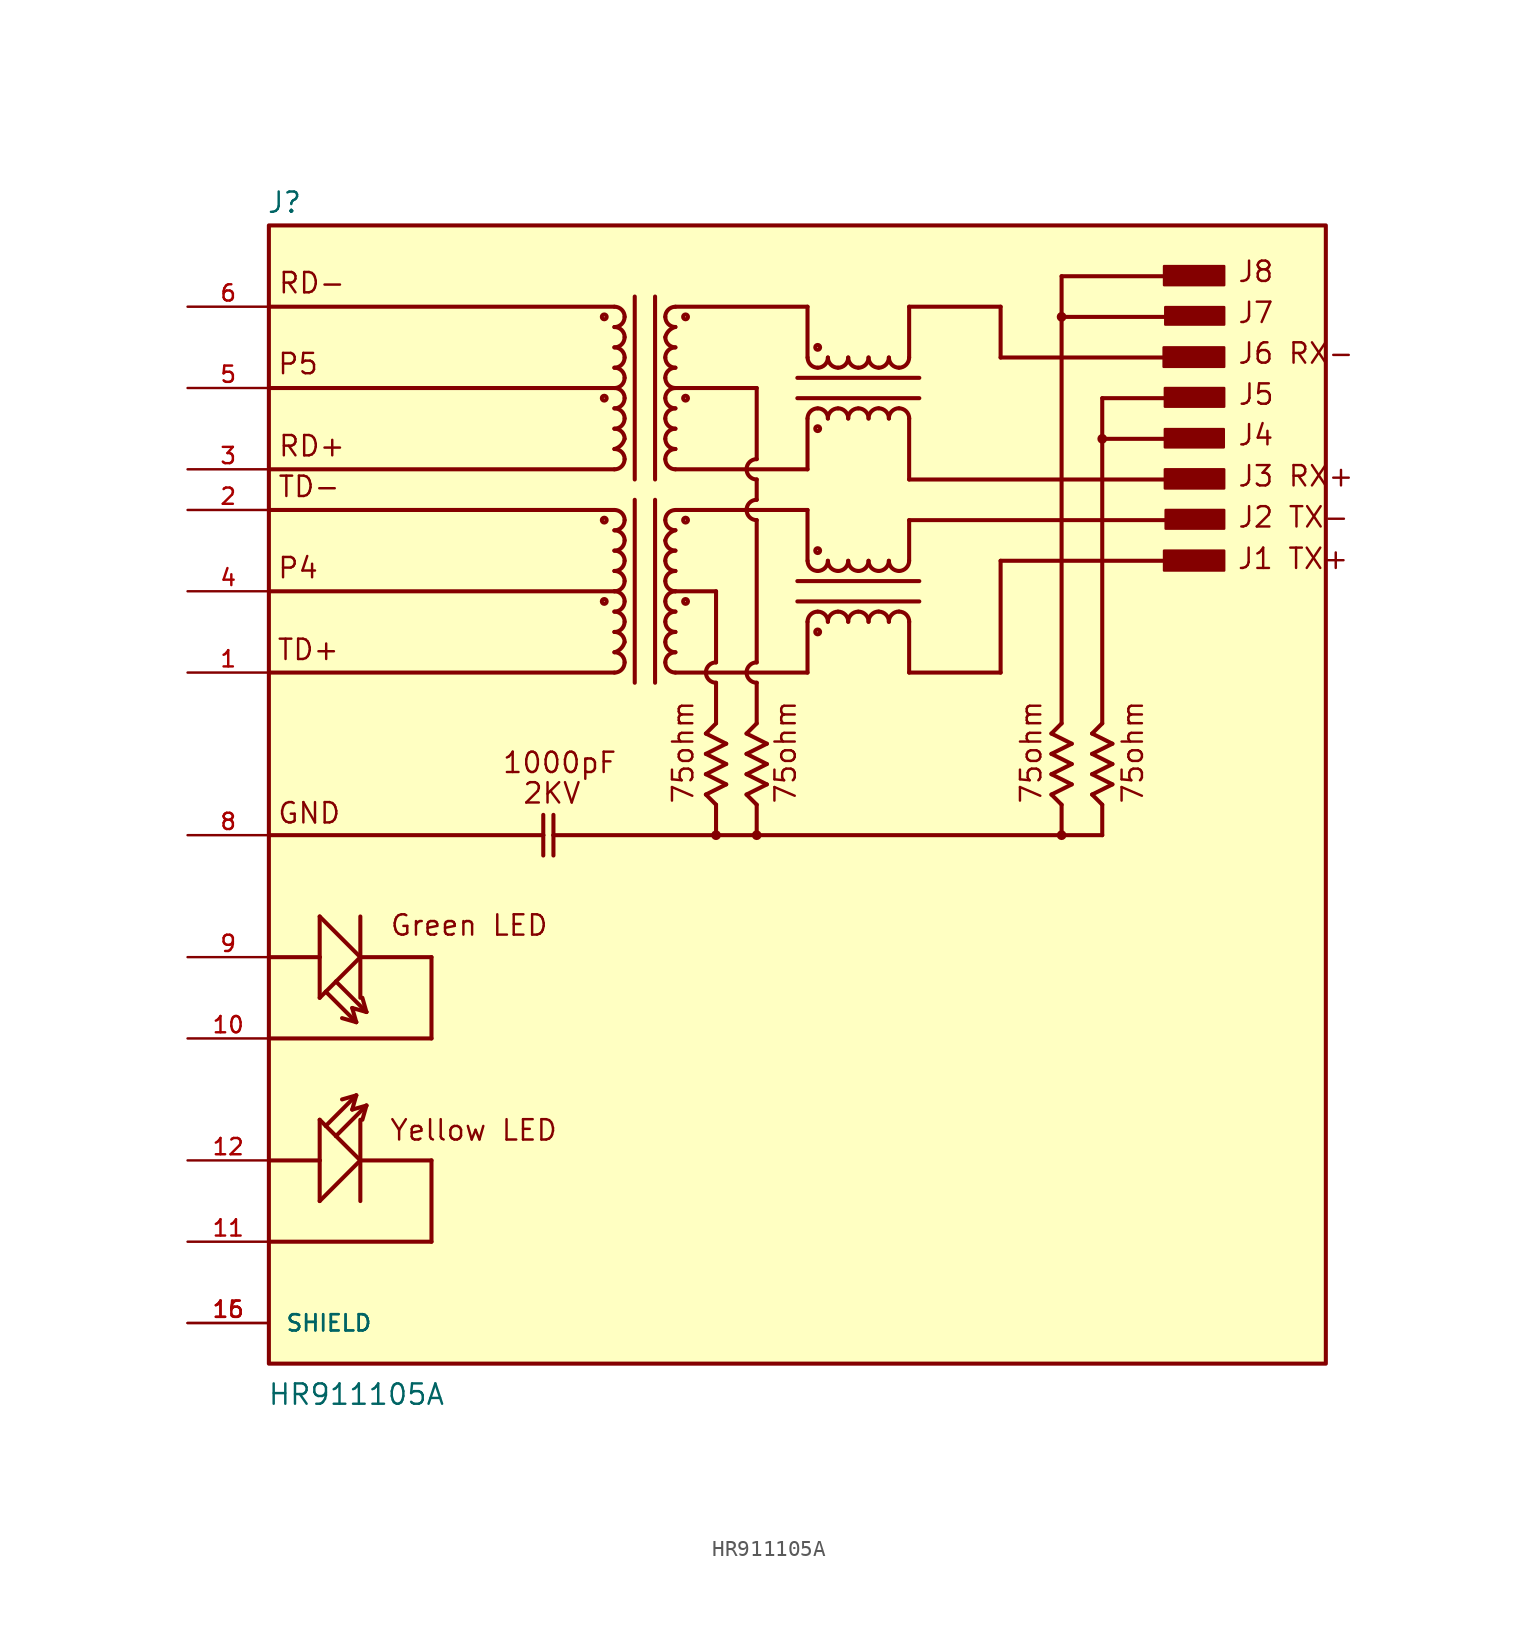
<source format=kicad_sym>
(kicad_symbol_lib
  (version 20211014)
  (generator kicad_symbol_editor)
  (symbol "HR911105A"
    (pin_names
      (offset 1.016))
    (property "Reference" "J"
      (at -33.172 36.246 0)
      (effects (font (size 1.27 1.27)) (justify left bottom)))
    (property "Value" "HR911105A"
      (at -33.122 -38.227 0)
      (effects (font (size 1.27 1.27)) (justify left bottom)))
    (symbol "HR911105A_0_0"
      (rectangle (start -33.02 -35.56) (end 33.02 35.56) (stroke (width 0.254) (type default) (color 0 0 0 0)) (fill (type background)))
      (circle (center -12.065 12.065) (radius 0.152) (stroke (width 0.254) (type default) (color 0 0 0 0)) (fill (type none)))
      (circle (center -12.065 17.145) (radius 0.152) (stroke (width 0.254) (type default) (color 0 0 0 0)) (fill (type none)))
      (circle (center -12.065 24.765) (radius 0.152) (stroke (width 0.254) (type default) (color 0 0 0 0)) (fill (type none)))
      (circle (center -12.065 29.845) (radius 0.152) (stroke (width 0.254) (type default) (color 0 0 0 0)) (fill (type none)))
      (arc (start -11.43 7.62) (mid -10.981 7.806) (end -10.795 8.255) (stroke (width 0.254) (type default) (color 0 0 0 0)) (fill (type none)))
      (arc (start -11.43 8.89) (mid -11.0269 9.1219) (end -10.795 9.525) (stroke (width 0.254) (type default) (color 0 0 0 0)) (fill (type none)))
      (arc (start -11.43 10.16) (mid -10.981 10.346) (end -10.795 10.795) (stroke (width 0.254) (type default) (color 0 0 0 0)) (fill (type none)))
      (arc (start -11.43 11.43) (mid -10.981 11.616) (end -10.795 12.065) (stroke (width 0.254) (type default) (color 0 0 0 0)) (fill (type none)))
      (arc (start -11.43 12.7) (mid -10.981 12.886) (end -10.795 13.335) (stroke (width 0.254) (type default) (color 0 0 0 0)) (fill (type none)))
      (arc (start -11.43 13.97) (mid -10.981 14.156) (end -10.795 14.605) (stroke (width 0.254) (type default) (color 0 0 0 0)) (fill (type none)))
      (arc (start -11.43 15.24) (mid -10.981 15.426) (end -10.795 15.875) (stroke (width 0.254) (type default) (color 0 0 0 0)) (fill (type none)))
      (arc (start -11.43 16.51) (mid -10.981 16.696) (end -10.795 17.145) (stroke (width 0.254) (type default) (color 0 0 0 0)) (fill (type none)))
      (arc (start -11.43 20.32) (mid -10.981 20.506) (end -10.795 20.955) (stroke (width 0.254) (type default) (color 0 0 0 0)) (fill (type none)))
      (arc (start -11.43 21.59) (mid -11.0269 21.8219) (end -10.795 22.225) (stroke (width 0.254) (type default) (color 0 0 0 0)) (fill (type none)))
      (arc (start -11.43 22.86) (mid -10.981 23.046) (end -10.795 23.495) (stroke (width 0.254) (type default) (color 0 0 0 0)) (fill (type none)))
      (arc (start -11.43 24.13) (mid -10.981 24.316) (end -10.795 24.765) (stroke (width 0.254) (type default) (color 0 0 0 0)) (fill (type none)))
      (arc (start -11.43 25.4) (mid -10.981 25.586) (end -10.795 26.035) (stroke (width 0.254) (type default) (color 0 0 0 0)) (fill (type none)))
      (arc (start -11.43 26.67) (mid -10.981 26.856) (end -10.795 27.305) (stroke (width 0.254) (type default) (color 0 0 0 0)) (fill (type none)))
      (arc (start -11.43 27.94) (mid -10.981 28.126) (end -10.795 28.575) (stroke (width 0.254) (type default) (color 0 0 0 0)) (fill (type none)))
      (arc (start -11.43 29.21) (mid -10.981 29.396) (end -10.795 29.845) (stroke (width 0.254) (type default) (color 0 0 0 0)) (fill (type none)))
      (arc (start -10.795 8.255) (mid -10.981 8.704) (end -11.43 8.89) (stroke (width 0.254) (type default) (color 0 0 0 0)) (fill (type none)))
      (arc (start -10.795 9.525) (mid -10.981 9.974) (end -11.43 10.16) (stroke (width 0.254) (type default) (color 0 0 0 0)) (fill (type none)))
      (arc (start -10.795 10.795) (mid -10.981 11.244) (end -11.43 11.43) (stroke (width 0.254) (type default) (color 0 0 0 0)) (fill (type none)))
      (arc (start -10.795 12.065) (mid -10.981 12.514) (end -11.43 12.7) (stroke (width 0.254) (type default) (color 0 0 0 0)) (fill (type none)))
      (arc (start -10.795 13.335) (mid -10.981 13.784) (end -11.43 13.97) (stroke (width 0.254) (type default) (color 0 0 0 0)) (fill (type none)))
      (arc (start -10.795 14.605) (mid -10.981 15.054) (end -11.43 15.24) (stroke (width 0.254) (type default) (color 0 0 0 0)) (fill (type none)))
      (arc (start -10.795 15.875) (mid -10.981 16.324) (end -11.43 16.51) (stroke (width 0.254) (type default) (color 0 0 0 0)) (fill (type none)))
      (arc (start -10.795 17.145) (mid -10.981 17.594) (end -11.43 17.78) (stroke (width 0.254) (type default) (color 0 0 0 0)) (fill (type none)))
      (arc (start -10.795 20.955) (mid -10.981 21.404) (end -11.43 21.59) (stroke (width 0.254) (type default) (color 0 0 0 0)) (fill (type none)))
      (arc (start -10.795 22.225) (mid -10.981 22.674) (end -11.43 22.86) (stroke (width 0.254) (type default) (color 0 0 0 0)) (fill (type none)))
      (arc (start -10.795 23.495) (mid -10.981 23.944) (end -11.43 24.13) (stroke (width 0.254) (type default) (color 0 0 0 0)) (fill (type none)))
      (arc (start -10.795 24.765) (mid -10.981 25.214) (end -11.43 25.4) (stroke (width 0.254) (type default) (color 0 0 0 0)) (fill (type none)))
      (arc (start -10.795 26.035) (mid -10.981 26.484) (end -11.43 26.67) (stroke (width 0.254) (type default) (color 0 0 0 0)) (fill (type none)))
      (arc (start -10.795 27.305) (mid -10.981 27.754) (end -11.43 27.94) (stroke (width 0.254) (type default) (color 0 0 0 0)) (fill (type none)))
      (arc (start -10.795 28.575) (mid -10.981 29.024) (end -11.43 29.21) (stroke (width 0.254) (type default) (color 0 0 0 0)) (fill (type none)))
      (arc (start -10.795 29.845) (mid -10.981 30.294) (end -11.43 30.48) (stroke (width 0.254) (type default) (color 0 0 0 0)) (fill (type none)))
      (arc (start -8.255 8.255) (mid -8.069 7.806) (end -7.62 7.62) (stroke (width 0.254) (type default) (color 0 0 0 0)) (fill (type none)))
      (arc (start -8.255 9.525) (mid -8.069 9.076) (end -7.62 8.89) (stroke (width 0.254) (type default) (color 0 0 0 0)) (fill (type none)))
      (arc (start -8.255 10.795) (mid -8.069 10.346) (end -7.62 10.16) (stroke (width 0.254) (type default) (color 0 0 0 0)) (fill (type none)))
      (arc (start -8.255 12.065) (mid -8.069 11.616) (end -7.62 11.43) (stroke (width 0.254) (type default) (color 0 0 0 0)) (fill (type none)))
      (arc (start -8.255 13.335) (mid -8.069 12.886) (end -7.62 12.7) (stroke (width 0.254) (type default) (color 0 0 0 0)) (fill (type none)))
      (arc (start -8.255 14.605) (mid -8.069 14.156) (end -7.62 13.97) (stroke (width 0.254) (type default) (color 0 0 0 0)) (fill (type none)))
      (arc (start -8.255 15.875) (mid -8.069 15.426) (end -7.62 15.24) (stroke (width 0.254) (type default) (color 0 0 0 0)) (fill (type none)))
      (arc (start -8.255 17.145) (mid -8.069 16.696) (end -7.62 16.51) (stroke (width 0.254) (type default) (color 0 0 0 0)) (fill (type none)))
      (arc (start -8.255 20.955) (mid -8.069 20.506) (end -7.62 20.32) (stroke (width 0.254) (type default) (color 0 0 0 0)) (fill (type none)))
      (arc (start -8.255 22.225) (mid -8.069 21.776) (end -7.62 21.59) (stroke (width 0.254) (type default) (color 0 0 0 0)) (fill (type none)))
      (arc (start -8.255 23.495) (mid -8.069 23.046) (end -7.62 22.86) (stroke (width 0.254) (type default) (color 0 0 0 0)) (fill (type none)))
      (arc (start -8.255 24.765) (mid -8.069 24.316) (end -7.62 24.13) (stroke (width 0.254) (type default) (color 0 0 0 0)) (fill (type none)))
      (arc (start -8.255 26.035) (mid -8.069 25.586) (end -7.62 25.4) (stroke (width 0.254) (type default) (color 0 0 0 0)) (fill (type none)))
      (arc (start -8.255 27.305) (mid -8.069 26.856) (end -7.62 26.67) (stroke (width 0.254) (type default) (color 0 0 0 0)) (fill (type none)))
      (arc (start -8.255 28.575) (mid -8.069 28.126) (end -7.62 27.94) (stroke (width 0.254) (type default) (color 0 0 0 0)) (fill (type none)))
      (arc (start -8.255 29.845) (mid -8.069 29.396) (end -7.62 29.21) (stroke (width 0.254) (type default) (color 0 0 0 0)) (fill (type none)))
      (arc (start -7.62 8.89) (mid -8.069 8.704) (end -8.255 8.255) (stroke (width 0.254) (type default) (color 0 0 0 0)) (fill (type none)))
      (arc (start -7.62 10.16) (mid -8.069 9.974) (end -8.255 9.525) (stroke (width 0.254) (type default) (color 0 0 0 0)) (fill (type none)))
      (arc (start -7.62 11.43) (mid -8.069 11.244) (end -8.255 10.795) (stroke (width 0.254) (type default) (color 0 0 0 0)) (fill (type none)))
      (arc (start -7.62 12.7) (mid -8.069 12.514) (end -8.255 12.065) (stroke (width 0.254) (type default) (color 0 0 0 0)) (fill (type none)))
      (arc (start -7.62 13.97) (mid -8.069 13.784) (end -8.255 13.335) (stroke (width 0.254) (type default) (color 0 0 0 0)) (fill (type none)))
      (arc (start -7.62 15.24) (mid -8.069 15.054) (end -8.255 14.605) (stroke (width 0.254) (type default) (color 0 0 0 0)) (fill (type none)))
      (arc (start -7.62 16.51) (mid -8.0231 16.2781) (end -8.255 15.875) (stroke (width 0.254) (type default) (color 0 0 0 0)) (fill (type none)))
      (arc (start -7.62 17.78) (mid -8.069 17.594) (end -8.255 17.145) (stroke (width 0.254) (type default) (color 0 0 0 0)) (fill (type none)))
      (arc (start -7.62 21.59) (mid -8.069 21.404) (end -8.255 20.955) (stroke (width 0.254) (type default) (color 0 0 0 0)) (fill (type none)))
      (arc (start -7.62 22.86) (mid -8.069 22.674) (end -8.255 22.225) (stroke (width 0.254) (type default) (color 0 0 0 0)) (fill (type none)))
      (arc (start -7.62 24.13) (mid -8.069 23.944) (end -8.255 23.495) (stroke (width 0.254) (type default) (color 0 0 0 0)) (fill (type none)))
      (arc (start -7.62 25.4) (mid -8.069 25.214) (end -8.255 24.765) (stroke (width 0.254) (type default) (color 0 0 0 0)) (fill (type none)))
      (arc (start -7.62 26.67) (mid -8.069 26.484) (end -8.255 26.035) (stroke (width 0.254) (type default) (color 0 0 0 0)) (fill (type none)))
      (arc (start -7.62 27.94) (mid -8.069 27.754) (end -8.255 27.305) (stroke (width 0.254) (type default) (color 0 0 0 0)) (fill (type none)))
      (arc (start -7.62 29.21) (mid -8.0231 28.9781) (end -8.255 28.575) (stroke (width 0.254) (type default) (color 0 0 0 0)) (fill (type none)))
      (arc (start -7.62 30.48) (mid -8.069 30.294) (end -8.255 29.845) (stroke (width 0.254) (type default) (color 0 0 0 0)) (fill (type none)))
      (circle (center -6.985 12.065) (radius 0.152) (stroke (width 0.254) (type default) (color 0 0 0 0)) (fill (type none)))
      (circle (center -6.985 17.145) (radius 0.152) (stroke (width 0.254) (type default) (color 0 0 0 0)) (fill (type none)))
      (circle (center -6.985 24.765) (radius 0.152) (stroke (width 0.254) (type default) (color 0 0 0 0)) (fill (type none)))
      (circle (center -6.985 29.845) (radius 0.152) (stroke (width 0.254) (type default) (color 0 0 0 0)) (fill (type none)))
      (arc (start -5.715 7.62) (mid -5.529 7.171) (end -5.08 6.985) (stroke (width 0.254) (type default) (color 0 0 0 0)) (fill (type none)))
      (circle (center -5.08 -2.54) (radius 0.178) (stroke (width 0.254) (type default) (color 0 0 0 0)) (fill (type none)))
      (arc (start -5.08 8.255) (mid -5.529 8.069) (end -5.715 7.62) (stroke (width 0.254) (type default) (color 0 0 0 0)) (fill (type none)))
      (arc (start -3.175 7.62) (mid -2.989 7.171) (end -2.54 6.985) (stroke (width 0.254) (type default) (color 0 0 0 0)) (fill (type none)))
      (arc (start -3.175 17.78) (mid -2.989 17.331) (end -2.54 17.145) (stroke (width 0.254) (type default) (color 0 0 0 0)) (fill (type none)))
      (arc (start -3.175 20.32) (mid -2.989 19.871) (end -2.54 19.685) (stroke (width 0.254) (type default) (color 0 0 0 0)) (fill (type none)))
      (circle (center -2.54 -2.54) (radius 0.178) (stroke (width 0.254) (type default) (color 0 0 0 0)) (fill (type none)))
      (arc (start -2.54 8.255) (mid -2.989 8.069) (end -3.175 7.62) (stroke (width 0.254) (type default) (color 0 0 0 0)) (fill (type none)))
      (arc (start -2.54 18.415) (mid -2.989 18.229) (end -3.175 17.78) (stroke (width 0.254) (type default) (color 0 0 0 0)) (fill (type none)))
      (arc (start -2.54 20.955) (mid -2.989 20.769) (end -3.175 20.32) (stroke (width 0.254) (type default) (color 0 0 0 0)) (fill (type none)))
      (polyline (pts (xy -33.02 -27.94) (xy -22.86 -27.94)) (stroke (width 0.254) (type default) (color 0 0 0 0)) (fill (type none)))
      (polyline (pts (xy -33.02 -15.24) (xy -22.86 -15.24)) (stroke (width 0.254) (type default) (color 0 0 0 0)) (fill (type none)))
      (polyline (pts (xy -33.02 12.7) (xy -11.43 12.7)) (stroke (width 0.254) (type default) (color 0 0 0 0)) (fill (type none)))
      (polyline (pts (xy -33.02 20.32) (xy -11.43 20.32)) (stroke (width 0.254) (type default) (color 0 0 0 0)) (fill (type none)))
      (polyline (pts (xy -29.845 -25.4) (xy -27.305 -22.86)) (stroke (width 0.254) (type default) (color 0 0 0 0)) (fill (type none)))
      (polyline (pts (xy -29.845 -22.86) (xy -33.02 -22.86)) (stroke (width 0.254) (type default) (color 0 0 0 0)) (fill (type none)))
      (polyline (pts (xy -29.845 -22.86) (xy -29.845 -25.4)) (stroke (width 0.254) (type default) (color 0 0 0 0)) (fill (type none)))
      (polyline (pts (xy -29.845 -20.32) (xy -29.845 -22.86)) (stroke (width 0.254) (type default) (color 0 0 0 0)) (fill (type none)))
      (polyline (pts (xy -29.845 -12.7) (xy -29.845 -10.16)) (stroke (width 0.254) (type default) (color 0 0 0 0)) (fill (type none)))
      (polyline (pts (xy -29.845 -10.16) (xy -33.02 -10.16)) (stroke (width 0.254) (type default) (color 0 0 0 0)) (fill (type none)))
      (polyline (pts (xy -29.845 -10.16) (xy -29.845 -7.62)) (stroke (width 0.254) (type default) (color 0 0 0 0)) (fill (type none)))
      (polyline (pts (xy -29.845 -7.62) (xy -27.305 -10.16)) (stroke (width 0.254) (type default) (color 0 0 0 0)) (fill (type none)))
      (polyline (pts (xy -29.464 -20.701) (xy -29.845 -20.32)) (stroke (width 0.254) (type default) (color 0 0 0 0)) (fill (type none)))
      (polyline (pts (xy -29.464 -20.701) (xy -27.559 -18.796)) (stroke (width 0.254) (type default) (color 0 0 0 0)) (fill (type none)))
      (polyline (pts (xy -29.464 -12.319) (xy -29.845 -12.7)) (stroke (width 0.254) (type default) (color 0 0 0 0)) (fill (type none)))
      (polyline (pts (xy -29.464 -12.319) (xy -27.559 -14.224)) (stroke (width 0.254) (type default) (color 0 0 0 0)) (fill (type none)))
      (polyline (pts (xy -28.829 -21.336) (xy -29.464 -20.701)) (stroke (width 0.254) (type default) (color 0 0 0 0)) (fill (type none)))
      (polyline (pts (xy -28.829 -21.336) (xy -26.924 -19.431)) (stroke (width 0.254) (type default) (color 0 0 0 0)) (fill (type none)))
      (polyline (pts (xy -28.829 -11.684) (xy -29.464 -12.319)) (stroke (width 0.254) (type default) (color 0 0 0 0)) (fill (type none)))
      (polyline (pts (xy -28.829 -11.684) (xy -26.924 -13.589)) (stroke (width 0.254) (type default) (color 0 0 0 0)) (fill (type none)))
      (polyline (pts (xy -27.559 -18.796) (xy -28.448 -19.05)) (stroke (width 0.254) (type default) (color 0 0 0 0)) (fill (type none)))
      (polyline (pts (xy -27.559 -18.796) (xy -27.813 -19.685)) (stroke (width 0.254) (type default) (color 0 0 0 0)) (fill (type none)))
      (polyline (pts (xy -27.559 -14.224) (xy -28.448 -13.97)) (stroke (width 0.254) (type default) (color 0 0 0 0)) (fill (type none)))
      (polyline (pts (xy -27.559 -14.224) (xy -27.813 -13.335)) (stroke (width 0.254) (type default) (color 0 0 0 0)) (fill (type none)))
      (polyline (pts (xy -27.305 -22.86) (xy -28.829 -21.336)) (stroke (width 0.254) (type default) (color 0 0 0 0)) (fill (type none)))
      (polyline (pts (xy -27.305 -22.86) (xy -27.305 -25.4)) (stroke (width 0.254) (type default) (color 0 0 0 0)) (fill (type none)))
      (polyline (pts (xy -27.305 -22.86) (xy -22.86 -22.86)) (stroke (width 0.254) (type default) (color 0 0 0 0)) (fill (type none)))
      (polyline (pts (xy -27.305 -20.32) (xy -27.305 -22.86)) (stroke (width 0.254) (type default) (color 0 0 0 0)) (fill (type none)))
      (polyline (pts (xy -27.305 -12.7) (xy -27.305 -10.16)) (stroke (width 0.254) (type default) (color 0 0 0 0)) (fill (type none)))
      (polyline (pts (xy -27.305 -10.16) (xy -28.829 -11.684)) (stroke (width 0.254) (type default) (color 0 0 0 0)) (fill (type none)))
      (polyline (pts (xy -27.305 -10.16) (xy -27.305 -7.62)) (stroke (width 0.254) (type default) (color 0 0 0 0)) (fill (type none)))
      (polyline (pts (xy -27.305 -10.16) (xy -22.86 -10.16)) (stroke (width 0.254) (type default) (color 0 0 0 0)) (fill (type none)))
      (polyline (pts (xy -26.924 -19.431) (xy -27.813 -19.685)) (stroke (width 0.254) (type default) (color 0 0 0 0)) (fill (type none)))
      (polyline (pts (xy -26.924 -19.431) (xy -27.178 -20.32)) (stroke (width 0.254) (type default) (color 0 0 0 0)) (fill (type none)))
      (polyline (pts (xy -26.924 -13.589) (xy -27.813 -13.335)) (stroke (width 0.254) (type default) (color 0 0 0 0)) (fill (type none)))
      (polyline (pts (xy -26.924 -13.589) (xy -27.178 -12.7)) (stroke (width 0.254) (type default) (color 0 0 0 0)) (fill (type none)))
      (polyline (pts (xy -22.86 -27.94) (xy -22.86 -22.86)) (stroke (width 0.254) (type default) (color 0 0 0 0)) (fill (type none)))
      (polyline (pts (xy -22.86 -15.24) (xy -22.86 -10.16)) (stroke (width 0.254) (type default) (color 0 0 0 0)) (fill (type none)))
      (polyline (pts (xy -15.875 -2.54) (xy -33.02 -2.54)) (stroke (width 0.254) (type default) (color 0 0 0 0)) (fill (type none)))
      (polyline (pts (xy -15.875 -2.54) (xy -15.875 -3.81)) (stroke (width 0.254) (type default) (color 0 0 0 0)) (fill (type none)))
      (polyline (pts (xy -15.875 -1.27) (xy -15.875 -2.54)) (stroke (width 0.254) (type default) (color 0 0 0 0)) (fill (type none)))
      (polyline (pts (xy -15.24 -2.54) (xy -15.24 -3.81)) (stroke (width 0.254) (type default) (color 0 0 0 0)) (fill (type none)))
      (polyline (pts (xy -15.24 -2.54) (xy -15.24 -1.27)) (stroke (width 0.254) (type default) (color 0 0 0 0)) (fill (type none)))
      (polyline (pts (xy -11.43 7.62) (xy -33.02 7.62)) (stroke (width 0.254) (type default) (color 0 0 0 0)) (fill (type none)))
      (polyline (pts (xy -11.43 17.78) (xy -33.02 17.78)) (stroke (width 0.254) (type default) (color 0 0 0 0)) (fill (type none)))
      (polyline (pts (xy -11.43 25.4) (xy -33.02 25.4)) (stroke (width 0.254) (type default) (color 0 0 0 0)) (fill (type none)))
      (polyline (pts (xy -11.43 30.48) (xy -33.02 30.48)) (stroke (width 0.254) (type default) (color 0 0 0 0)) (fill (type none)))
      (polyline (pts (xy -10.16 18.415) (xy -10.16 6.985)) (stroke (width 0.254) (type default) (color 0 0 0 0)) (fill (type none)))
      (polyline (pts (xy -10.16 31.115) (xy -10.16 19.685)) (stroke (width 0.254) (type default) (color 0 0 0 0)) (fill (type none)))
      (polyline (pts (xy -8.89 18.415) (xy -8.89 6.985)) (stroke (width 0.254) (type default) (color 0 0 0 0)) (fill (type none)))
      (polyline (pts (xy -8.89 31.115) (xy -8.89 19.685)) (stroke (width 0.254) (type default) (color 0 0 0 0)) (fill (type none)))
      (polyline (pts (xy -7.62 7.62) (xy -5.715 7.62)) (stroke (width 0.254) (type default) (color 0 0 0 0)) (fill (type none)))
      (polyline (pts (xy -7.62 20.32) (xy -3.175 20.32)) (stroke (width 0.254) (type default) (color 0 0 0 0)) (fill (type none)))
      (polyline (pts (xy -7.62 25.4) (xy -2.54 25.4)) (stroke (width 0.254) (type default) (color 0 0 0 0)) (fill (type none)))
      (polyline (pts (xy -5.715 0) (xy -5.08 -0.635)) (stroke (width 0.254) (type default) (color 0 0 0 0)) (fill (type none)))
      (polyline (pts (xy -5.715 1.27) (xy -4.445 0.635)) (stroke (width 0.254) (type default) (color 0 0 0 0)) (fill (type none)))
      (polyline (pts (xy -5.715 2.54) (xy -4.445 1.905)) (stroke (width 0.254) (type default) (color 0 0 0 0)) (fill (type none)))
      (polyline (pts (xy -5.715 3.81) (xy -4.445 3.175)) (stroke (width 0.254) (type default) (color 0 0 0 0)) (fill (type none)))
      (polyline (pts (xy -5.715 7.62) (xy -3.175 7.62)) (stroke (width 0.254) (type default) (color 0 0 0 0)) (fill (type none)))
      (polyline (pts (xy -5.08 -2.54) (xy -15.24 -2.54)) (stroke (width 0.254) (type default) (color 0 0 0 0)) (fill (type none)))
      (polyline (pts (xy -5.08 -0.635) (xy -5.08 -2.54)) (stroke (width 0.254) (type default) (color 0 0 0 0)) (fill (type none)))
      (polyline (pts (xy -5.08 4.445) (xy -5.715 3.81)) (stroke (width 0.254) (type default) (color 0 0 0 0)) (fill (type none)))
      (polyline (pts (xy -5.08 6.985) (xy -5.08 4.445)) (stroke (width 0.254) (type default) (color 0 0 0 0)) (fill (type none)))
      (polyline (pts (xy -5.08 8.255) (xy -5.08 12.7)) (stroke (width 0.254) (type default) (color 0 0 0 0)) (fill (type none)))
      (polyline (pts (xy -5.08 12.7) (xy -7.62 12.7)) (stroke (width 0.254) (type default) (color 0 0 0 0)) (fill (type none)))
      (polyline (pts (xy -4.445 0.635) (xy -5.715 0)) (stroke (width 0.254) (type default) (color 0 0 0 0)) (fill (type none)))
      (polyline (pts (xy -4.445 1.905) (xy -5.715 1.27)) (stroke (width 0.254) (type default) (color 0 0 0 0)) (fill (type none)))
      (polyline (pts (xy -4.445 3.175) (xy -5.715 2.54)) (stroke (width 0.254) (type default) (color 0 0 0 0)) (fill (type none)))
      (polyline (pts (xy -3.175 0) (xy -2.54 -0.635)) (stroke (width 0.254) (type default) (color 0 0 0 0)) (fill (type none)))
      (polyline (pts (xy -3.175 1.27) (xy -1.905 0.635)) (stroke (width 0.254) (type default) (color 0 0 0 0)) (fill (type none)))
      (polyline (pts (xy -3.175 2.54) (xy -1.905 1.905)) (stroke (width 0.254) (type default) (color 0 0 0 0)) (fill (type none)))
      (polyline (pts (xy -3.175 3.81) (xy -1.905 3.175)) (stroke (width 0.254) (type default) (color 0 0 0 0)) (fill (type none)))
      (polyline (pts (xy -3.175 7.62) (xy 0.635 7.62)) (stroke (width 0.254) (type default) (color 0 0 0 0)) (fill (type none)))
      (polyline (pts (xy -3.175 17.78) (xy -7.62 17.78)) (stroke (width 0.254) (type default) (color 0 0 0 0)) (fill (type none)))
      (polyline (pts (xy -3.175 20.32) (xy 0.635 20.32)) (stroke (width 0.254) (type default) (color 0 0 0 0)) (fill (type none)))
      (polyline (pts (xy -2.54 -0.635) (xy -2.54 -2.54)) (stroke (width 0.254) (type default) (color 0 0 0 0)) (fill (type none)))
      (polyline (pts (xy -2.54 4.445) (xy -3.175 3.81)) (stroke (width 0.254) (type default) (color 0 0 0 0)) (fill (type none)))
      (polyline (pts (xy -2.54 6.985) (xy -2.54 4.445)) (stroke (width 0.254) (type default) (color 0 0 0 0)) (fill (type none)))
      (polyline (pts (xy -2.54 17.145) (xy -2.54 8.255)) (stroke (width 0.254) (type default) (color 0 0 0 0)) (fill (type none)))
      (polyline (pts (xy -2.54 19.685) (xy -2.54 18.415)) (stroke (width 0.254) (type default) (color 0 0 0 0)) (fill (type none)))
      (polyline (pts (xy -2.54 25.4) (xy -2.54 20.955)) (stroke (width 0.254) (type default) (color 0 0 0 0)) (fill (type none)))
      (polyline (pts (xy -1.905 0.635) (xy -3.175 0)) (stroke (width 0.254) (type default) (color 0 0 0 0)) (fill (type none)))
      (polyline (pts (xy -1.905 1.905) (xy -3.175 1.27)) (stroke (width 0.254) (type default) (color 0 0 0 0)) (fill (type none)))
      (polyline (pts (xy -1.905 3.175) (xy -3.175 2.54)) (stroke (width 0.254) (type default) (color 0 0 0 0)) (fill (type none)))
      (polyline (pts (xy 0 12.065) (xy 7.62 12.065)) (stroke (width 0.254) (type default) (color 0 0 0 0)) (fill (type none)))
      (polyline (pts (xy 0 13.335) (xy 7.62 13.335)) (stroke (width 0.254) (type default) (color 0 0 0 0)) (fill (type none)))
      (polyline (pts (xy 0 24.765) (xy 7.62 24.765)) (stroke (width 0.254) (type default) (color 0 0 0 0)) (fill (type none)))
      (polyline (pts (xy 0 26.035) (xy 7.62 26.035)) (stroke (width 0.254) (type default) (color 0 0 0 0)) (fill (type none)))
      (polyline (pts (xy 0.635 7.62) (xy 0.635 10.795)) (stroke (width 0.254) (type default) (color 0 0 0 0)) (fill (type none)))
      (polyline (pts (xy 0.635 14.605) (xy 0.635 17.78)) (stroke (width 0.254) (type default) (color 0 0 0 0)) (fill (type none)))
      (polyline (pts (xy 0.635 17.78) (xy -3.175 17.78)) (stroke (width 0.254) (type default) (color 0 0 0 0)) (fill (type none)))
      (polyline (pts (xy 0.635 20.32) (xy 0.635 23.495)) (stroke (width 0.254) (type default) (color 0 0 0 0)) (fill (type none)))
      (polyline (pts (xy 0.635 27.305) (xy 0.635 30.48)) (stroke (width 0.254) (type default) (color 0 0 0 0)) (fill (type none)))
      (polyline (pts (xy 0.635 30.48) (xy -7.62 30.48)) (stroke (width 0.254) (type default) (color 0 0 0 0)) (fill (type none)))
      (polyline (pts (xy 6.985 10.795) (xy 6.985 7.62)) (stroke (width 0.254) (type default) (color 0 0 0 0)) (fill (type none)))
      (polyline (pts (xy 6.985 17.145) (xy 6.985 14.605)) (stroke (width 0.254) (type default) (color 0 0 0 0)) (fill (type none)))
      (polyline (pts (xy 6.985 23.495) (xy 6.985 19.685)) (stroke (width 0.254) (type default) (color 0 0 0 0)) (fill (type none)))
      (polyline (pts (xy 6.985 30.48) (xy 6.985 27.305)) (stroke (width 0.254) (type default) (color 0 0 0 0)) (fill (type none)))
      (polyline (pts (xy 12.7 7.62) (xy 6.985 7.62)) (stroke (width 0.254) (type default) (color 0 0 0 0)) (fill (type none)))
      (polyline (pts (xy 12.7 14.605) (xy 12.7 7.62)) (stroke (width 0.254) (type default) (color 0 0 0 0)) (fill (type none)))
      (polyline (pts (xy 12.7 27.305) (xy 12.7 30.48)) (stroke (width 0.254) (type default) (color 0 0 0 0)) (fill (type none)))
      (polyline (pts (xy 12.7 30.48) (xy 6.985 30.48)) (stroke (width 0.254) (type default) (color 0 0 0 0)) (fill (type none)))
      (polyline (pts (xy 15.875 0) (xy 16.51 -0.635)) (stroke (width 0.254) (type default) (color 0 0 0 0)) (fill (type none)))
      (polyline (pts (xy 15.875 1.27) (xy 17.145 0.635)) (stroke (width 0.254) (type default) (color 0 0 0 0)) (fill (type none)))
      (polyline (pts (xy 15.875 2.54) (xy 17.145 1.905)) (stroke (width 0.254) (type default) (color 0 0 0 0)) (fill (type none)))
      (polyline (pts (xy 15.875 3.81) (xy 17.145 3.175)) (stroke (width 0.254) (type default) (color 0 0 0 0)) (fill (type none)))
      (polyline (pts (xy 16.51 -0.635) (xy 16.51 -2.54)) (stroke (width 0.254) (type default) (color 0 0 0 0)) (fill (type none)))
      (polyline (pts (xy 16.51 4.445) (xy 15.875 3.81)) (stroke (width 0.254) (type default) (color 0 0 0 0)) (fill (type none)))
      (polyline (pts (xy 16.51 29.845) (xy 16.51 4.445)) (stroke (width 0.254) (type default) (color 0 0 0 0)) (fill (type none)))
      (polyline (pts (xy 16.51 29.845) (xy 23.495 29.845)) (stroke (width 0.254) (type default) (color 0 0 0 0)) (fill (type none)))
      (polyline (pts (xy 16.51 32.385) (xy 16.51 29.845)) (stroke (width 0.254) (type default) (color 0 0 0 0)) (fill (type none)))
      (polyline (pts (xy 17.145 0.635) (xy 15.875 0)) (stroke (width 0.254) (type default) (color 0 0 0 0)) (fill (type none)))
      (polyline (pts (xy 17.145 1.905) (xy 15.875 1.27)) (stroke (width 0.254) (type default) (color 0 0 0 0)) (fill (type none)))
      (polyline (pts (xy 17.145 3.175) (xy 15.875 2.54)) (stroke (width 0.254) (type default) (color 0 0 0 0)) (fill (type none)))
      (polyline (pts (xy 18.415 0) (xy 19.05 -0.635)) (stroke (width 0.254) (type default) (color 0 0 0 0)) (fill (type none)))
      (polyline (pts (xy 18.415 1.27) (xy 19.685 0.635)) (stroke (width 0.254) (type default) (color 0 0 0 0)) (fill (type none)))
      (polyline (pts (xy 18.415 2.54) (xy 19.685 1.905)) (stroke (width 0.254) (type default) (color 0 0 0 0)) (fill (type none)))
      (polyline (pts (xy 18.415 3.81) (xy 19.685 3.175)) (stroke (width 0.254) (type default) (color 0 0 0 0)) (fill (type none)))
      (polyline (pts (xy 19.05 -2.54) (xy -5.08 -2.54)) (stroke (width 0.254) (type default) (color 0 0 0 0)) (fill (type none)))
      (polyline (pts (xy 19.05 -0.635) (xy 19.05 -2.54)) (stroke (width 0.254) (type default) (color 0 0 0 0)) (fill (type none)))
      (polyline (pts (xy 19.05 4.445) (xy 18.415 3.81)) (stroke (width 0.254) (type default) (color 0 0 0 0)) (fill (type none)))
      (polyline (pts (xy 19.05 22.225) (xy 19.05 4.445)) (stroke (width 0.254) (type default) (color 0 0 0 0)) (fill (type none)))
      (polyline (pts (xy 19.05 22.225) (xy 23.495 22.225)) (stroke (width 0.254) (type default) (color 0 0 0 0)) (fill (type none)))
      (polyline (pts (xy 19.05 24.765) (xy 19.05 22.225)) (stroke (width 0.254) (type default) (color 0 0 0 0)) (fill (type none)))
      (polyline (pts (xy 19.685 0.635) (xy 18.415 0)) (stroke (width 0.254) (type default) (color 0 0 0 0)) (fill (type none)))
      (polyline (pts (xy 19.685 1.905) (xy 18.415 1.27)) (stroke (width 0.254) (type default) (color 0 0 0 0)) (fill (type none)))
      (polyline (pts (xy 19.685 3.175) (xy 18.415 2.54)) (stroke (width 0.254) (type default) (color 0 0 0 0)) (fill (type none)))
      (polyline (pts (xy 23.495 14.605) (xy 12.7 14.605)) (stroke (width 0.254) (type default) (color 0 0 0 0)) (fill (type none)))
      (polyline (pts (xy 23.495 17.145) (xy 6.985 17.145)) (stroke (width 0.254) (type default) (color 0 0 0 0)) (fill (type none)))
      (polyline (pts (xy 23.495 19.685) (xy 6.985 19.685)) (stroke (width 0.254) (type default) (color 0 0 0 0)) (fill (type none)))
      (polyline (pts (xy 23.495 24.765) (xy 19.05 24.765)) (stroke (width 0.254) (type default) (color 0 0 0 0)) (fill (type none)))
      (polyline (pts (xy 23.495 27.305) (xy 12.7 27.305)) (stroke (width 0.254) (type default) (color 0 0 0 0)) (fill (type none)))
      (polyline (pts (xy 23.495 32.385) (xy 16.51 32.385)) (stroke (width 0.254) (type default) (color 0 0 0 0)) (fill (type none)))
      (arc (start 0.635 14.605) (mid 0.821 14.156) (end 1.27 13.97) (stroke (width 0.254) (type default) (color 0 0 0 0)) (fill (type none)))
      (arc (start 0.635 27.305) (mid 0.821 26.856) (end 1.27 26.67) (stroke (width 0.254) (type default) (color 0 0 0 0)) (fill (type none)))
      (circle (center 1.27 10.16) (radius 0.152) (stroke (width 0.254) (type default) (color 0 0 0 0)) (fill (type none)))
      (arc (start 1.27 11.43) (mid 0.821 11.244) (end 0.635 10.795) (stroke (width 0.254) (type default) (color 0 0 0 0)) (fill (type none)))
      (arc (start 1.27 13.97) (mid 1.719 14.156) (end 1.905 14.605) (stroke (width 0.254) (type default) (color 0 0 0 0)) (fill (type none)))
      (circle (center 1.27 15.24) (radius 0.152) (stroke (width 0.254) (type default) (color 0 0 0 0)) (fill (type none)))
      (circle (center 1.27 22.86) (radius 0.152) (stroke (width 0.254) (type default) (color 0 0 0 0)) (fill (type none)))
      (arc (start 1.27 24.13) (mid 0.821 23.944) (end 0.635 23.495) (stroke (width 0.254) (type default) (color 0 0 0 0)) (fill (type none)))
      (arc (start 1.27 26.67) (mid 1.719 26.856) (end 1.905 27.305) (stroke (width 0.254) (type default) (color 0 0 0 0)) (fill (type none)))
      (circle (center 1.27 27.94) (radius 0.152) (stroke (width 0.254) (type default) (color 0 0 0 0)) (fill (type none)))
      (arc (start 1.905 10.795) (mid 1.719 11.244) (end 1.27 11.43) (stroke (width 0.254) (type default) (color 0 0 0 0)) (fill (type none)))
      (arc (start 1.905 14.605) (mid 2.091 14.156) (end 2.54 13.97) (stroke (width 0.254) (type default) (color 0 0 0 0)) (fill (type none)))
      (arc (start 1.905 23.495) (mid 1.719 23.944) (end 1.27 24.13) (stroke (width 0.254) (type default) (color 0 0 0 0)) (fill (type none)))
      (arc (start 1.905 27.305) (mid 2.091 26.856) (end 2.54 26.67) (stroke (width 0.254) (type default) (color 0 0 0 0)) (fill (type none)))
      (arc (start 2.54 11.43) (mid 2.091 11.244) (end 1.905 10.795) (stroke (width 0.254) (type default) (color 0 0 0 0)) (fill (type none)))
      (arc (start 2.54 13.97) (mid 2.989 14.156) (end 3.175 14.605) (stroke (width 0.254) (type default) (color 0 0 0 0)) (fill (type none)))
      (arc (start 2.54 24.13) (mid 2.091 23.944) (end 1.905 23.495) (stroke (width 0.254) (type default) (color 0 0 0 0)) (fill (type none)))
      (arc (start 2.54 26.67) (mid 2.989 26.856) (end 3.175 27.305) (stroke (width 0.254) (type default) (color 0 0 0 0)) (fill (type none)))
      (arc (start 3.175 10.795) (mid 2.989 11.244) (end 2.54 11.43) (stroke (width 0.254) (type default) (color 0 0 0 0)) (fill (type none)))
      (arc (start 3.175 14.605) (mid 3.361 14.156) (end 3.81 13.97) (stroke (width 0.254) (type default) (color 0 0 0 0)) (fill (type none)))
      (arc (start 3.175 23.495) (mid 2.989 23.944) (end 2.54 24.13) (stroke (width 0.254) (type default) (color 0 0 0 0)) (fill (type none)))
      (arc (start 3.175 27.305) (mid 3.361 26.856) (end 3.81 26.67) (stroke (width 0.254) (type default) (color 0 0 0 0)) (fill (type none)))
      (arc (start 3.81 11.43) (mid 3.361 11.244) (end 3.175 10.795) (stroke (width 0.254) (type default) (color 0 0 0 0)) (fill (type none)))
      (arc (start 3.81 13.97) (mid 4.259 14.156) (end 4.445 14.605) (stroke (width 0.254) (type default) (color 0 0 0 0)) (fill (type none)))
      (arc (start 3.81 24.13) (mid 3.361 23.944) (end 3.175 23.495) (stroke (width 0.254) (type default) (color 0 0 0 0)) (fill (type none)))
      (arc (start 3.81 26.67) (mid 4.259 26.856) (end 4.445 27.305) (stroke (width 0.254) (type default) (color 0 0 0 0)) (fill (type none)))
      (arc (start 4.445 10.795) (mid 4.259 11.244) (end 3.81 11.43) (stroke (width 0.254) (type default) (color 0 0 0 0)) (fill (type none)))
      (arc (start 4.445 14.605) (mid 4.631 14.156) (end 5.08 13.97) (stroke (width 0.254) (type default) (color 0 0 0 0)) (fill (type none)))
      (arc (start 4.445 23.495) (mid 4.259 23.944) (end 3.81 24.13) (stroke (width 0.254) (type default) (color 0 0 0 0)) (fill (type none)))
      (arc (start 4.445 27.305) (mid 4.631 26.856) (end 5.08 26.67) (stroke (width 0.254) (type default) (color 0 0 0 0)) (fill (type none)))
      (arc (start 5.08 11.43) (mid 4.631 11.244) (end 4.445 10.795) (stroke (width 0.254) (type default) (color 0 0 0 0)) (fill (type none)))
      (arc (start 5.08 13.97) (mid 5.529 14.156) (end 5.715 14.605) (stroke (width 0.254) (type default) (color 0 0 0 0)) (fill (type none)))
      (arc (start 5.08 24.13) (mid 4.631 23.944) (end 4.445 23.495) (stroke (width 0.254) (type default) (color 0 0 0 0)) (fill (type none)))
      (arc (start 5.08 26.67) (mid 5.529 26.856) (end 5.715 27.305) (stroke (width 0.254) (type default) (color 0 0 0 0)) (fill (type none)))
      (arc (start 5.715 10.795) (mid 5.529 11.244) (end 5.08 11.43) (stroke (width 0.254) (type default) (color 0 0 0 0)) (fill (type none)))
      (arc (start 5.715 14.605) (mid 5.901 14.156) (end 6.35 13.97) (stroke (width 0.254) (type default) (color 0 0 0 0)) (fill (type none)))
      (arc (start 5.715 23.495) (mid 5.529 23.944) (end 5.08 24.13) (stroke (width 0.254) (type default) (color 0 0 0 0)) (fill (type none)))
      (arc (start 5.715 27.305) (mid 5.901 26.856) (end 6.35 26.67) (stroke (width 0.254) (type default) (color 0 0 0 0)) (fill (type none)))
      (arc (start 6.35 11.43) (mid 5.901 11.244) (end 5.715 10.795) (stroke (width 0.254) (type default) (color 0 0 0 0)) (fill (type none)))
      (arc (start 6.35 13.97) (mid 6.799 14.156) (end 6.985 14.605) (stroke (width 0.254) (type default) (color 0 0 0 0)) (fill (type none)))
      (arc (start 6.35 24.13) (mid 5.901 23.944) (end 5.715 23.495) (stroke (width 0.254) (type default) (color 0 0 0 0)) (fill (type none)))
      (arc (start 6.35 26.67) (mid 6.799 26.856) (end 6.985 27.305) (stroke (width 0.254) (type default) (color 0 0 0 0)) (fill (type none)))
      (arc (start 6.985 10.795) (mid 6.799 11.244) (end 6.35 11.43) (stroke (width 0.254) (type default) (color 0 0 0 0)) (fill (type none)))
      (arc (start 6.985 23.495) (mid 6.799 23.944) (end 6.35 24.13) (stroke (width 0.254) (type default) (color 0 0 0 0)) (fill (type none)))
      (circle (center 16.51 -2.54) (radius 0.178) (stroke (width 0.254) (type default) (color 0 0 0 0)) (fill (type none)))
      (circle (center 16.51 29.845) (radius 0.178) (stroke (width 0.254) (type default) (color 0 0 0 0)) (fill (type none)))
      (circle (center 19.05 22.225) (radius 0.178) (stroke (width 0.254) (type default) (color 0 0 0 0)) (fill (type none)))
      (rectangle (start 22.885 26.721) (end 26.67 27.94) (stroke (width 0) (type default) (color 0 0 0 0)) (fill (type outline)))
      (rectangle (start 22.911 13.995) (end 26.67 15.24) (stroke (width 0) (type default) (color 0 0 0 0)) (fill (type outline)))
      (rectangle (start 22.911 31.826) (end 26.67 33.02) (stroke (width 0) (type default) (color 0 0 0 0)) (fill (type outline)))
      (rectangle (start 22.962 19.126) (end 26.67 20.32) (stroke (width 0) (type default) (color 0 0 0 0)) (fill (type outline)))
      (rectangle (start 22.962 21.692) (end 26.645 22.835) (stroke (width 0) (type default) (color 0 0 0 0)) (fill (type outline)))
      (rectangle (start 22.962 24.232) (end 26.67 25.4) (stroke (width 0) (type default) (color 0 0 0 0)) (fill (type outline)))
      (rectangle (start 22.987 29.362) (end 26.67 30.455) (stroke (width 0) (type default) (color 0 0 0 0)) (fill (type outline)))
      (rectangle (start 23.012 16.612) (end 26.67 17.78) (stroke (width 0) (type default) (color 0 0 0 0)) (fill (type outline)))
      (text "1000pF" (at -18.491 1.245 0) (effects (font (size 1.27 1.27)) (justify left bottom)))
      (text "2KV" (at -17.221 -0.66 0) (effects (font (size 1.27 1.27)) (justify left bottom)))
      (text "75ohm" (at -6.401 -0.66 900) (effects (font (size 1.27 1.27)) (justify left bottom)))
      (text "75ohm" (at 0 -0.66 900) (effects (font (size 1.27 1.27)) (justify left bottom)))
      (text "75ohm" (at 15.342 -0.66 900) (effects (font (size 1.27 1.27)) (justify left bottom)))
      (text "75ohm" (at 21.692 -0.66 900) (effects (font (size 1.27 1.27)) (justify left bottom)))
      (text "GND" (at -32.537 -1.905 0) (effects (font (size 1.27 1.27)) (justify left bottom)))
      (text "Green LED" (at -25.502 -8.915 0) (effects (font (size 1.27 1.27)) (justify left bottom)))
      (text "J1 TX+" (at 27.432 13.995 0) (effects (font (size 1.27 1.27)) (justify left bottom)))
      (text "J2 TX-" (at 27.457 16.586 0) (effects (font (size 1.27 1.27)) (justify left bottom)))
      (text "J3 RX+" (at 27.457 19.152 0) (effects (font (size 1.27 1.27)) (justify left bottom)))
      (text "J4" (at 27.457 21.717 0) (effects (font (size 1.27 1.27)) (justify left bottom)))
      (text "J5" (at 27.483 24.257 0) (effects (font (size 1.27 1.27)) (justify left bottom)))
      (text "J6 RX-" (at 27.457 26.822 0) (effects (font (size 1.27 1.27)) (justify left bottom)))
      (text "J7" (at 27.457 29.362 0) (effects (font (size 1.27 1.27)) (justify left bottom)))
      (text "J8" (at 27.457 31.928 0) (effects (font (size 1.27 1.27)) (justify left bottom)))
      (text "P4" (at -32.537 13.411 0) (effects (font (size 1.27 1.27)) (justify left bottom)))
      (text "P5" (at -32.537 26.162 0) (effects (font (size 1.27 1.27)) (justify left bottom)))
      (text "RD+" (at -32.487 21.031 0) (effects (font (size 1.27 1.27)) (justify left bottom)))
      (text "RD-" (at -32.487 31.217 0) (effects (font (size 1.27 1.27)) (justify left bottom)))
      (text "TD+" (at -32.563 8.306 0) (effects (font (size 1.27 1.27)) (justify left bottom)))
      (text "TD-" (at -32.512 18.491 0) (effects (font (size 1.27 1.27)) (justify left bottom)))
      (text "Yellow LED" (at -25.527 -21.717 0) (effects (font (size 1.27 1.27)) (justify left bottom)))
      (pin passive line (at -38.1 7.62 0) (length 5.08) (name "~" (effects (font (size 1.016 1.016)))) (number "1" (effects (font (size 1.016 1.016)))))
      (pin passive line (at -38.1 -15.24 0) (length 5.08) (name "~" (effects (font (size 1.016 1.016)))) (number "10" (effects (font (size 1.016 1.016)))))
      (pin passive line (at -38.1 -27.94 0) (length 5.08) (name "~" (effects (font (size 1.016 1.016)))) (number "11" (effects (font (size 1.016 1.016)))))
      (pin passive line (at -38.1 -22.86 0) (length 5.08) (name "~" (effects (font (size 1.016 1.016)))) (number "12" (effects (font (size 1.016 1.016)))))
      (pin passive line (at -38.1 -33.02 0) (length 5.08) (name "SHIELD" (effects (font (size 1.016 1.016)))) (number "15" (effects (font (size 1.016 1.016)))))
      (pin passive line (at -38.1 -33.02 0) (length 5.08) (name "SHIELD" (effects (font (size 1.016 1.016)))) (number "16" (effects (font (size 1.016 1.016)))))
      (pin passive line (at -38.1 17.78 0) (length 5.08) (name "~" (effects (font (size 1.016 1.016)))) (number "2" (effects (font (size 1.016 1.016)))))
      (pin passive line (at -38.1 20.32 0) (length 5.08) (name "~" (effects (font (size 1.016 1.016)))) (number "3" (effects (font (size 1.016 1.016)))))
      (pin passive line (at -38.1 12.7 0) (length 5.08) (name "~" (effects (font (size 1.016 1.016)))) (number "4" (effects (font (size 1.016 1.016)))))
      (pin passive line (at -38.1 25.4 0) (length 5.08) (name "~" (effects (font (size 1.016 1.016)))) (number "5" (effects (font (size 1.016 1.016)))))
      (pin passive line (at -38.1 30.48 0) (length 5.08) (name "~" (effects (font (size 1.016 1.016)))) (number "6" (effects (font (size 1.016 1.016)))))
      (pin power_in line (at -38.1 -2.54 0) (length 5.08) (name "~" (effects (font (size 1.016 1.016)))) (number "8" (effects (font (size 1.016 1.016)))))
      (pin passive line (at -38.1 -10.16 0) (length 5.08) (name "~" (effects (font (size 1.016 1.016)))) (number "9" (effects (font (size 1.016 1.016))))))))
</source>
